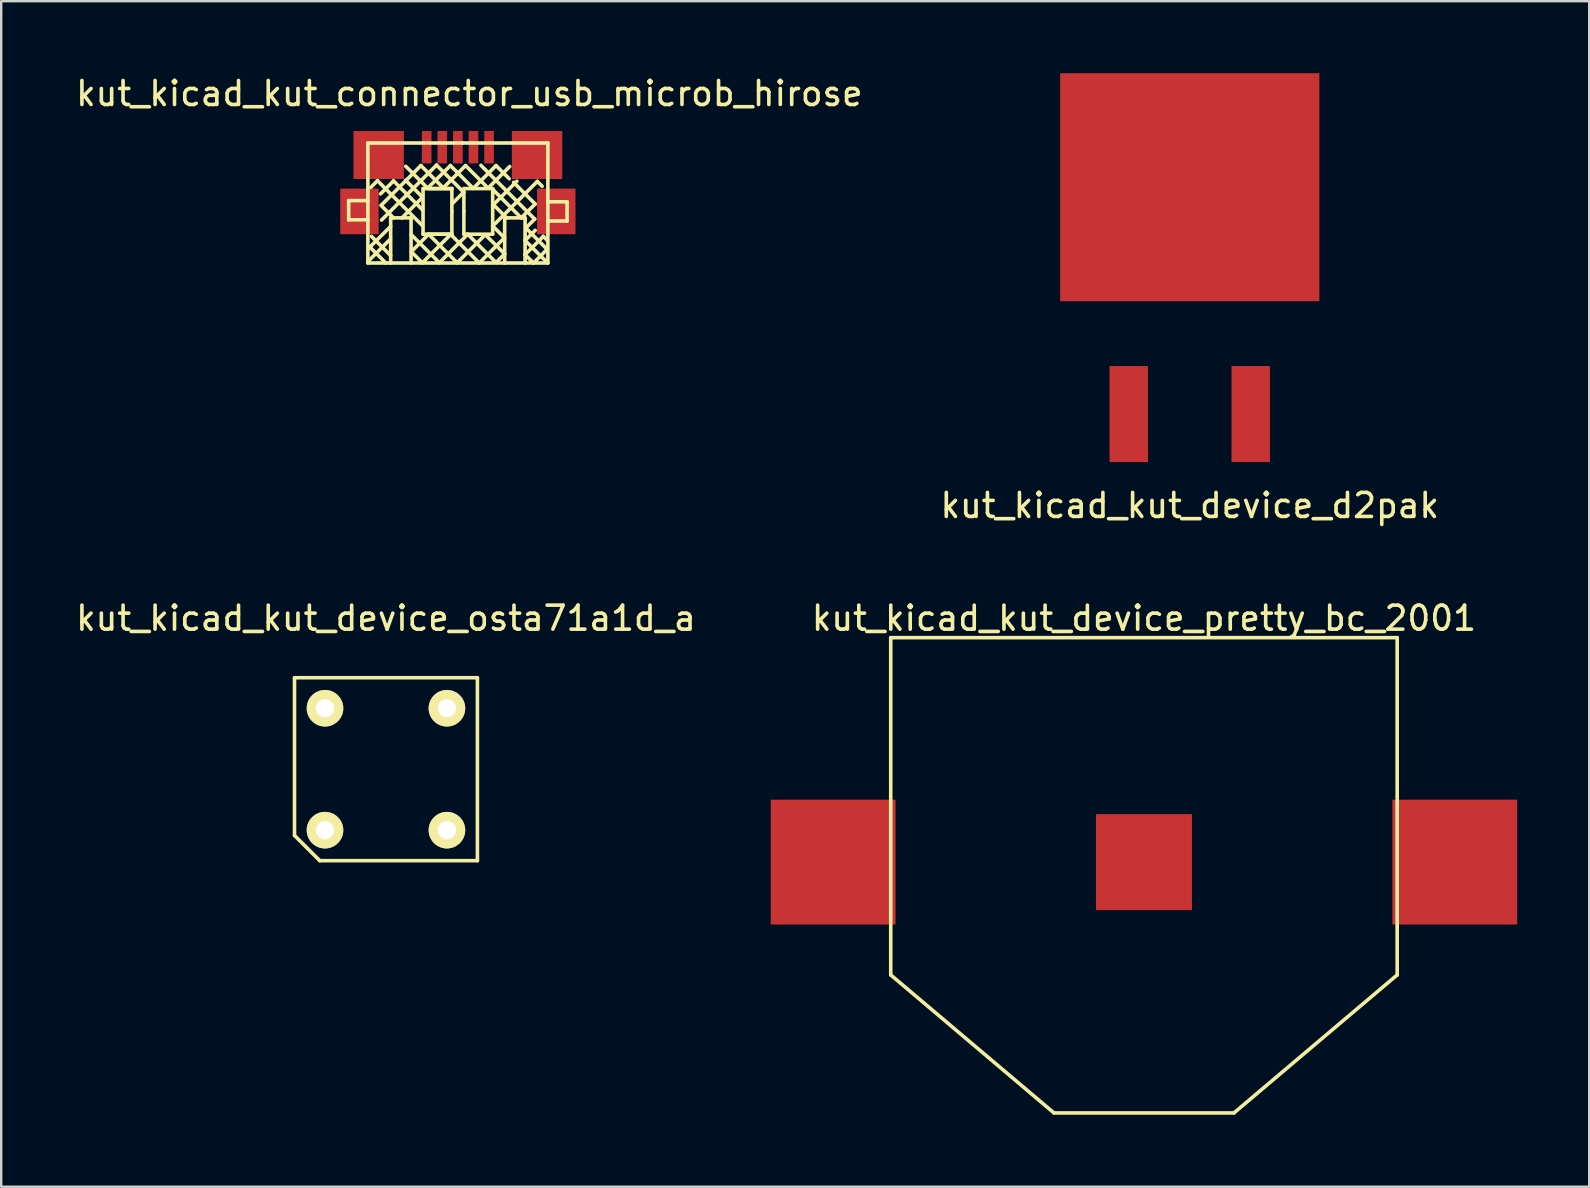
<source format=kicad_pcb>
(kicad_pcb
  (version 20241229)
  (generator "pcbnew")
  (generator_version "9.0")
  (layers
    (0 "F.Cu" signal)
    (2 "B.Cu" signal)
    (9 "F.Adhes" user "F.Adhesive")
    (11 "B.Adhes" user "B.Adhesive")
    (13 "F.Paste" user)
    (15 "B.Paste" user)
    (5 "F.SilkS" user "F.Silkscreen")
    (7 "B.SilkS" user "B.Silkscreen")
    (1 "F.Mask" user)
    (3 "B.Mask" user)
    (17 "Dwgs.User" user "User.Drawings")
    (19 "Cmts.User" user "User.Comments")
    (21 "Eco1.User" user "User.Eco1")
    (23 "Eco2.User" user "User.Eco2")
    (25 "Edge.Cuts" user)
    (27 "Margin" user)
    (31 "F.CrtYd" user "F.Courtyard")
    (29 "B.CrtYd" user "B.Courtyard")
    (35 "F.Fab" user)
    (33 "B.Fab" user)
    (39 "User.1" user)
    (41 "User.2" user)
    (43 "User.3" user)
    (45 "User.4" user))
  (footprint "kut_kicad_kut_connector_usb_microb_hirose"
    (layer "F.Cu")
    (at 16.026 5.758)
    (property "Reference" "kut_kicad_kut_connector_usb_microb_hirose" (at 0.48 -4.91 0) (layer "F.SilkS") (effects (font (size 1 1) (thickness 0.15))))
    (attr through_hole)
    (fp_line (start -4.55 -0.45) (end -4.55 0.35) (stroke (width 0.15) (type solid)) (layer "F.SilkS"))
    (fp_line (start -4.55 0.35) (end -3.75 0.35) (stroke (width 0.15) (type solid)) (layer "F.SilkS"))
    (fp_line (start -3.75 -2.85) (end 0.2 -2.85) (stroke (width 0.15) (type solid)) (layer "F.SilkS"))
    (fp_line (start -3.75 -0.85) (end -3.75 -2.85) (stroke (width 0.15) (type solid)) (layer "F.SilkS"))
    (fp_line (start -3.75 -0.85) (end -3.75 2.15) (stroke (width 0.15) (type solid)) (layer "F.SilkS"))
    (fp_line (start -3.75 -0.45) (end -4.55 -0.45) (stroke (width 0.15) (type solid)) (layer "F.SilkS"))
    (fp_line (start -3.75 2.09) (end -2.81 1.15) (stroke (width 0.15) (type solid)) (layer "F.SilkS"))
    (fp_line (start -3.74 1.56) (end -2.8 0.62) (stroke (width 0.15) (type solid)) (layer "F.SilkS"))
    (fp_line (start -3.63 -1) (end -3.35 -1.28) (stroke (width 0.15) (type solid)) (layer "F.SilkS"))
    (fp_line (start -3.35 -1.28) (end -1.48 0.59) (stroke (width 0.15) (type solid)) (layer "F.SilkS"))
    (fp_line (start -3.22 -0.73) (end -2.7 -1.25) (stroke (width 0.15) (type solid)) (layer "F.SilkS"))
    (fp_line (start -3.2 -0.25) (end -2.68 0.27) (stroke (width 0.15) (type solid)) (layer "F.SilkS"))
    (fp_line (start -3.19 -0.26) (end -1.54 -1.91) (stroke (width 0.15) (type solid)) (layer "F.SilkS"))
    (fp_line (start -3.18 0.36) (end -0.89 -1.93) (stroke (width 0.15) (type solid)) (layer "F.SilkS"))
    (fp_line (start -3 2.15) (end -3.67 1.48) (stroke (width 0.15) (type solid)) (layer "F.SilkS"))
    (fp_line (start -2.8 0.27) (end -2.8 0.32) (stroke (width 0.15) (type solid)) (layer "F.SilkS"))
    (fp_line (start -2.8 0.32) (end -2.8 2.15) (stroke (width 0.15) (type solid)) (layer "F.SilkS"))
    (fp_line (start -2.8 1.84) (end -3.6 1.04) (stroke (width 0.15) (type solid)) (layer "F.SilkS"))
    (fp_line (start -2.7 -1.25) (end -2.68 -1.27) (stroke (width 0.15) (type solid)) (layer "F.SilkS"))
    (fp_line (start -2.68 -1.27) (end -1.46 -0.05) (stroke (width 0.15) (type solid)) (layer "F.SilkS"))
    (fp_line (start -2.33 0.27) (end -1.47 -0.59) (stroke (width 0.15) (type solid)) (layer "F.SilkS"))
    (fp_line (start -2.17 -1.88) (end -1.26 -0.97) (stroke (width 0.15) (type solid)) (layer "F.SilkS"))
    (fp_line (start -1.95 0.27) (end -2.8 0.27) (stroke (width 0.15) (type solid)) (layer "F.SilkS"))
    (fp_line (start -1.95 0.32) (end -1.95 0.27) (stroke (width 0.15) (type solid)) (layer "F.SilkS"))
    (fp_line (start -1.95 0.96) (end -0.77 2.14) (stroke (width 0.15) (type solid)) (layer "F.SilkS"))
    (fp_line (start -1.95 2.15) (end -1.95 0.32) (stroke (width 0.15) (type solid)) (layer "F.SilkS"))
    (fp_line (start -1.94 1.68) (end -1.48 2.14) (stroke (width 0.15) (type solid)) (layer "F.SilkS"))
    (fp_line (start -1.54 -1.91) (end -0.61 -0.98) (stroke (width 0.15) (type solid)) (layer "F.SilkS"))
    (fp_line (start -1.48 2.14) (end -0.3 0.96) (stroke (width 0.15) (type solid)) (layer "F.SilkS"))
    (fp_line (start -1.47 -0.59) (end -2.18 -1.3) (stroke (width 0.15) (type solid)) (layer "F.SilkS"))
    (fp_line (start -1.45 -0.95) (end -1.45 0.95) (stroke (width 0.15) (type solid)) (layer "F.SilkS"))
    (fp_line (start -1.45 0.95) (end -0.25 0.95) (stroke (width 0.15) (type solid)) (layer "F.SilkS"))
    (fp_line (start -1.26 -0.97) (end -0.31 -1.91) (stroke (width 0.15) (type solid)) (layer "F.SilkS"))
    (fp_line (start -1.25 0.95) (end -0.25 0.95) (stroke (width 0.15) (type solid)) (layer "F.SilkS"))
    (fp_line (start -1.22 0.95) (end -1.94 1.68) (stroke (width 0.15) (type solid)) (layer "F.SilkS"))
    (fp_line (start -0.89 -1.93) (end 0.24 -0.8) (stroke (width 0.15) (type solid)) (layer "F.SilkS"))
    (fp_line (start -0.77 2.14) (end 0.41 0.95) (stroke (width 0.15) (type solid)) (layer "F.SilkS"))
    (fp_line (start -0.61 -0.98) (end 0.32 -1.91) (stroke (width 0.15) (type solid)) (layer "F.SilkS"))
    (fp_line (start -0.31 -1.91) (end 0.64 -0.96) (stroke (width 0.15) (type solid)) (layer "F.SilkS"))
    (fp_line (start -0.3 0.96) (end 0.89 2.15) (stroke (width 0.15) (type solid)) (layer "F.SilkS"))
    (fp_line (start -0.25 -0.95) (end -1.45 -0.95) (stroke (width 0.15) (type solid)) (layer "F.SilkS"))
    (fp_line (start -0.25 -0.95) (end -1.25 -0.95) (stroke (width 0.15) (type solid)) (layer "F.SilkS"))
    (fp_line (start -0.25 0) (end -0.25 -0.95) (stroke (width 0.15) (type solid)) (layer "F.SilkS"))
    (fp_line (start -0.25 0.95) (end -0.25 0) (stroke (width 0.15) (type solid)) (layer "F.SilkS"))
    (fp_line (start -0.03 2.14) (end -1.22 0.95) (stroke (width 0.15) (type solid)) (layer "F.SilkS"))
    (fp_line (start 0.24 -0.8) (end -0.24 -0.32) (stroke (width 0.15) (type solid)) (layer "F.SilkS"))
    (fp_line (start 0.25 -0.95) (end 1.45 -0.95) (stroke (width 0.15) (type solid)) (layer "F.SilkS"))
    (fp_line (start 0.25 0) (end 0.25 -0.95) (stroke (width 0.15) (type solid)) (layer "F.SilkS"))
    (fp_line (start 0.25 0.95) (end 0.25 0) (stroke (width 0.15) (type solid)) (layer "F.SilkS"))
    (fp_line (start 0.32 -1.91) (end 1.26 -0.97) (stroke (width 0.15) (type solid)) (layer "F.SilkS"))
    (fp_line (start 0.41 0.95) (end 1.59 2.13) (stroke (width 0.15) (type solid)) (layer "F.SilkS"))
    (fp_line (start 0.64 -0.96) (end 1.59 -1.91) (stroke (width 0.15) (type solid)) (layer "F.SilkS"))
    (fp_line (start 0.89 2.15) (end 1.94 1.1) (stroke (width 0.15) (type solid)) (layer "F.SilkS"))
    (fp_line (start 0.96 -1.92) (end 3.2 0.32) (stroke (width 0.15) (type solid)) (layer "F.SilkS"))
    (fp_line (start 1.14 0.97) (end -0.03 2.14) (stroke (width 0.15) (type solid)) (layer "F.SilkS"))
    (fp_line (start 1.26 -0.97) (end 2.16 -1.87) (stroke (width 0.15) (type solid)) (layer "F.SilkS"))
    (fp_line (start 1.45 -0.95) (end 1.45 0.95) (stroke (width 0.15) (type solid)) (layer "F.SilkS"))
    (fp_line (start 1.45 -0.25) (end 2.46 -1.26) (stroke (width 0.15) (type solid)) (layer "F.SilkS"))
    (fp_line (start 1.45 0.61) (end 3.31 -1.25) (stroke (width 0.15) (type solid)) (layer "F.SilkS"))
    (fp_line (start 1.45 0.95) (end 0.25 0.95) (stroke (width 0.15) (type solid)) (layer "F.SilkS"))
    (fp_line (start 1.46 -0.3) (end 2.03 0.27) (stroke (width 0.15) (type solid)) (layer "F.SilkS"))
    (fp_line (start 1.59 -1.91) (end 2.14 -1.36) (stroke (width 0.15) (type solid)) (layer "F.SilkS"))
    (fp_line (start 1.59 2.13) (end 1.95 1.77) (stroke (width 0.15) (type solid)) (layer "F.SilkS"))
    (fp_line (start 1.94 1.1) (end 1.45 0.61) (stroke (width 0.15) (type solid)) (layer "F.SilkS"))
    (fp_line (start 1.95 0.27) (end 1.95 2.15) (stroke (width 0.15) (type solid)) (layer "F.SilkS"))
    (fp_line (start 1.95 1.77) (end 1.14 0.97) (stroke (width 0.15) (type solid)) (layer "F.SilkS"))
    (fp_line (start 2.32 -1.21) (end 3.22 -0.31) (stroke (width 0.15) (type solid)) (layer "F.SilkS"))
    (fp_line (start 2.64 0.27) (end 1.45 -0.92) (stroke (width 0.15) (type solid)) (layer "F.SilkS"))
    (fp_line (start 2.8 0.27) (end 1.95 0.27) (stroke (width 0.15) (type solid)) (layer "F.SilkS"))
    (fp_line (start 2.8 1.21) (end 3.22 0.79) (stroke (width 0.15) (type solid)) (layer "F.SilkS"))
    (fp_line (start 2.8 1.8) (end 3.56 1.04) (stroke (width 0.15) (type solid)) (layer "F.SilkS"))
    (fp_line (start 2.8 2.15) (end 2.8 0.27) (stroke (width 0.15) (type solid)) (layer "F.SilkS"))
    (fp_line (start 2.83 0.69) (end 3.72 1.58) (stroke (width 0.15) (type solid)) (layer "F.SilkS"))
    (fp_line (start 3.15 2.15) (end 2.8 1.8) (stroke (width 0.15) (type solid)) (layer "F.SilkS"))
    (fp_line (start 3.2 0.32) (end 2.83 0.69) (stroke (width 0.15) (type solid)) (layer "F.SilkS"))
    (fp_line (start 3.22 -0.31) (end 2.64 0.27) (stroke (width 0.15) (type solid)) (layer "F.SilkS"))
    (fp_line (start 3.31 -1.25) (end 3.51 -1.05) (stroke (width 0.15) (type solid)) (layer "F.SilkS"))
    (fp_line (start 3.56 1.04) (end 3.73 1.21) (stroke (width 0.15) (type solid)) (layer "F.SilkS"))
    (fp_line (start 3.72 1.58) (end 3.15 2.15) (stroke (width 0.15) (type solid)) (layer "F.SilkS"))
    (fp_line (start 3.73 2.14) (end 2.8 1.21) (stroke (width 0.15) (type solid)) (layer "F.SilkS"))
    (fp_line (start 3.75 -2.85) (end 0.21 -2.85) (stroke (width 0.15) (type solid)) (layer "F.SilkS"))
    (fp_line (start 3.75 -2.85) (end 3.75 2.15) (stroke (width 0.15) (type solid)) (layer "F.SilkS"))
    (fp_line (start 3.75 -0.4) (end 4.55 -0.4) (stroke (width 0.15) (type solid)) (layer "F.SilkS"))
    (fp_line (start 3.75 2.15) (end -3.75 2.15) (stroke (width 0.15) (type solid)) (layer "F.SilkS"))
    (fp_line (start 4.55 -0.4) (end 4.55 0.4) (stroke (width 0.15) (type solid)) (layer "F.SilkS"))
    (fp_line (start 4.55 0.4) (end 3.75 0.4) (stroke (width 0.15) (type solid)) (layer "F.SilkS"))
    (pad "1" smd rect (at 1.3 -2.675) (size 0.4 1.35) (layers "F.Cu" "F.Mask" "F.Paste"))
    (pad "2" smd rect (at 0.65 -2.675) (size 0.4 1.35) (layers "F.Cu" "F.Mask" "F.Paste"))
    (pad "3" smd rect (at 0 -2.675) (size 0.4 1.35) (layers "F.Cu" "F.Mask" "F.Paste"))
    (pad "4" smd rect (at -0.65 -2.675) (size 0.4 1.35) (layers "F.Cu" "F.Mask" "F.Paste"))
    (pad "5" smd rect (at -4.1 0) (size 1.6 1.9) (layers "F.Cu" "F.Mask" "F.Paste"))
    (pad "5" smd rect (at -3.3 -2.35) (size 2.1 2) (layers "F.Cu" "F.Mask" "F.Paste"))
    (pad "5" smd rect (at -1.3 -2.675) (size 0.4 1.35) (layers "F.Cu" "F.Mask" "F.Paste"))
    (pad "5" smd rect (at 3.3 -2.35) (size 2.1 2) (layers "F.Cu" "F.Mask" "F.Paste"))
    (pad "5" smd rect (at 4.1 0) (size 1.6 1.9) (layers "F.Cu" "F.Mask" "F.Paste")))
  (footprint "kut_kicad_kut_device_pretty_bc_2001"
    (layer "F.Cu")
    (at 44.61 32.867)
    (property "Reference" "kut_kicad_kut_device_pretty_bc_2001" (at 0 -10.16 0) (layer "F.SilkS") (effects (font (size 1 1) (thickness 0.15))))
    (attr through_hole)
    (fp_line (start -10.55 -9.35) (end -10.55 4.7) (stroke (width 0.15) (type solid)) (layer "F.SilkS"))
    (fp_line (start -10.55 4.7) (end -3.75 10.45) (stroke (width 0.15) (type solid)) (layer "F.SilkS"))
    (fp_line (start -3.75 10.45) (end 3.75 10.45) (stroke (width 0.15) (type solid)) (layer "F.SilkS"))
    (fp_line (start 3.75 10.45) (end 10.55 4.7) (stroke (width 0.15) (type solid)) (layer "F.SilkS"))
    (fp_line (start 10.55 -9.35) (end -10.55 -9.35) (stroke (width 0.15) (type solid)) (layer "F.SilkS"))
    (fp_line (start 10.55 4.7) (end 10.55 -9.35) (stroke (width 0.15) (type solid)) (layer "F.SilkS"))
    (pad "1" smd rect (at -12.95 0) (size 5.2 5.2) (layers "F.Cu" "F.Mask" "F.Paste"))
    (pad "1" smd rect (at 12.95 0) (size 5.2 5.2) (layers "F.Cu" "F.Mask" "F.Paste"))
    (pad "2" smd rect (at 0 0) (size 4 4) (layers "F.Cu" "F.Mask" "F.Paste")))
  (footprint "kut_kicad_kut_device_osta71a1d_a"
    (layer "F.Cu")
    (at 13.03 28.997)
    (property "Reference" "kut_kicad_kut_device_osta71a1d_a" (at 0 -6.29 0) (layer "F.SilkS") (effects (font (size 1 1) (thickness 0.15))))
    (attr through_hole)
    (fp_line (start -3.81 -3.81) (end 3.81 -3.81) (stroke (width 0.15) (type solid)) (layer "F.SilkS"))
    (fp_line (start -3.81 2.76) (end -3.81 -3.81) (stroke (width 0.15) (type solid)) (layer "F.SilkS"))
    (fp_line (start -2.76 3.81) (end -3.81 2.76) (stroke (width 0.15) (type solid)) (layer "F.SilkS"))
    (fp_line (start -2.76 3.81) (end 3.81 3.81) (stroke (width 0.15) (type solid)) (layer "F.SilkS"))
    (fp_line (start 3.81 -3.81) (end 3.81 3.81) (stroke (width 0.15) (type solid)) (layer "F.SilkS"))
    (pad "1" thru_hole circle (at -2.54 -2.54) (size 1.524 1.524) (drill 0.762) (layers "*.Cu" "*.Mask" "F.SilkS"))
    (pad "2" thru_hole circle (at 2.54 -2.54) (size 1.524 1.524) (drill 0.762) (layers "*.Cu" "*.Mask" "F.SilkS"))
    (pad "3" thru_hole circle (at 2.54 2.54) (size 1.524 1.524) (drill 0.762) (layers "*.Cu" "*.Mask" "F.SilkS"))
    (pad "4" thru_hole circle (at -2.54 2.54) (size 1.524 1.524) (drill 0.762) (layers "*.Cu" "*.Mask" "F.SilkS")))
  (footprint "kut_kicad_kut_device_d2pak"
    (layer "F.Cu")
    (at 46.518 14.2)
    (property "Reference" "kut_kicad_kut_device_d2pak" (at 0 3.81 0) (layer "F.SilkS") (effects (font (size 1 1) (thickness 0.15))))
    (attr through_hole)
    (pad "1" smd rect (at -2.54 0) (size 1.6 4) (layers "F.Cu" "F.Mask" "F.Paste"))
    (pad "2" smd rect (at 0 -9.45) (size 10.8 9.5) (layers "F.Cu" "F.Mask" "F.Paste"))
    (pad "3" smd rect (at 2.54 0) (size 1.6 4) (layers "F.Cu" "F.Mask" "F.Paste")))
  (gr_rect
    (start -3 -3)
    (end 63.16 46.392)
    (stroke (width 0.1) (type default))
    (fill no)
    (layer "Edge.Cuts")))
</source>
